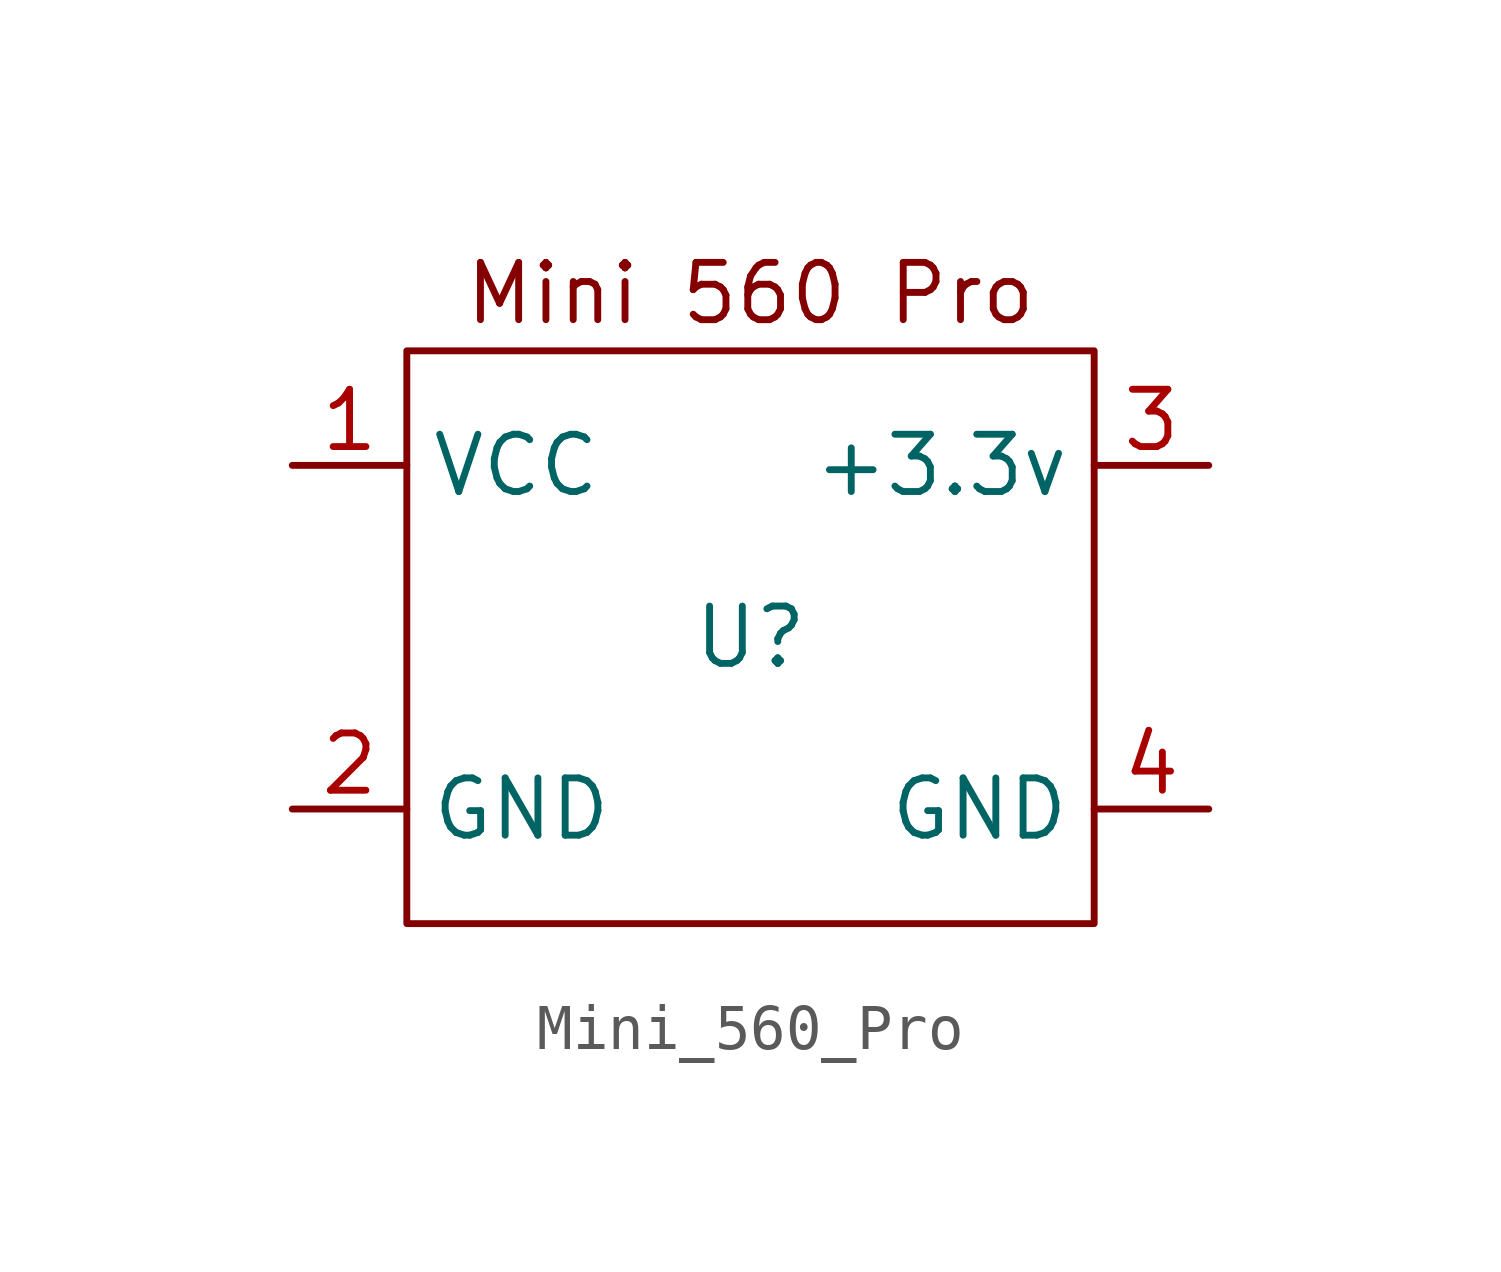
<source format=kicad_sym>
(kicad_symbol_lib
  (version 20231120)
  (generator "kicad_symbol_editor")
  (generator_version "8.0")
  (symbol "Mini_560_Pro"
    (property "Reference" "U"
      (at 0 0 0)
      (effects (font (size 1.27 1.27))))
    (property "Value" ""
      (at 0 0 0)
      (effects (font (size 1.27 1.27))))
    (symbol "Mini_560_Pro_0_1"
      (rectangle (start -7.62 6.35) (end 7.62 -6.35) (stroke (width 0) (type default)) (fill (type none))))
    (symbol "Mini_560_Pro_1_1"
      (text "Mini 560 Pro" (at 0 7.62 0) (effects (font (size 1.27 1.27))))
      (pin passive line (at -10.16 3.81 0) (length 2.54) (name "VCC" (effects (font (size 1.27 1.27)))) (number "1" (effects (font (size 1.27 1.27)))))
      (pin power_in line (at -10.16 -3.81 0) (length 2.54) (name "GND" (effects (font (size 1.27 1.27)))) (number "2" (effects (font (size 1.27 1.27)))))
      (pin power_out line (at 10.16 3.81 180) (length 2.54) (name "+3.3v" (effects (font (size 1.27 1.27)))) (number "3" (effects (font (size 1.27 1.27)))))
      (pin power_out line (at 10.16 -3.81 180) (length 2.54) (name "GND" (effects (font (size 1.27 1.27)))) (number "4" (effects (font (size 1.27 1.27))))))))
</source>
